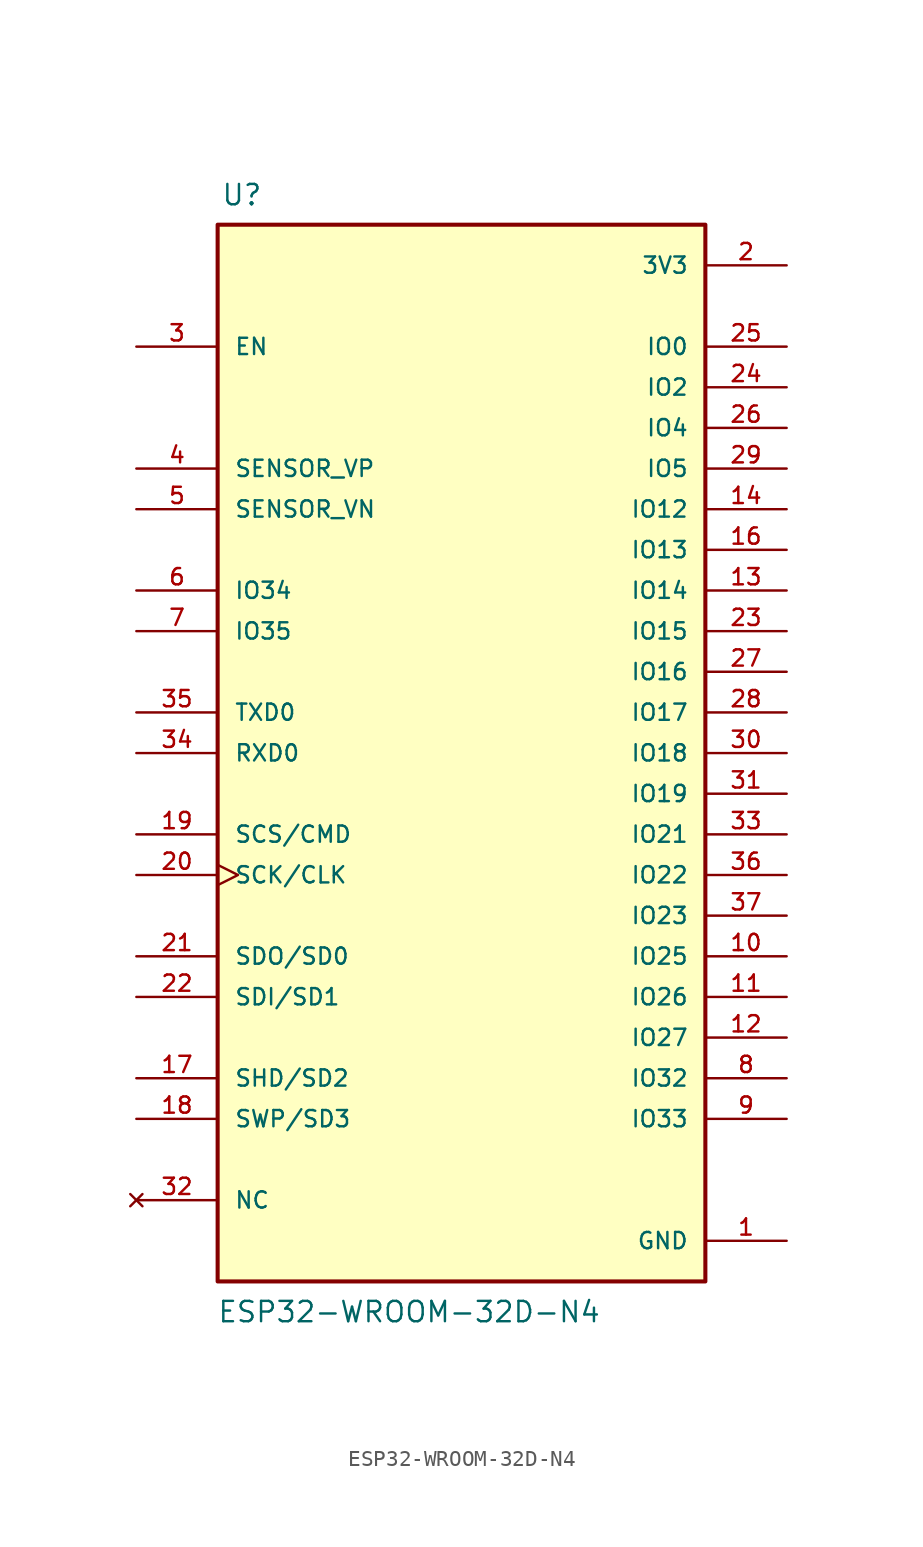
<source format=kicad_sym>
(kicad_symbol_lib
  (version 20211014)
  (generator kicad_symbol_editor)
  (symbol "ESP32-WROOM-32D-N4"
    (pin_names
      (offset 1.016))
    (property "Reference" "U"
      (at -15.036 34.135 0)
      (effects (font (size 1.27 1.27)) (justify bottom left)))
    (property "Value" "ESP32-WROOM-32D-N4"
      (at -15.287 -35.668 0)
      (effects (font (size 1.27 1.27)) (justify bottom left)))
    (symbol "ESP32-WROOM-32D-N4_0_0"
      (rectangle (start -15.24 -33.02) (end 15.24 33.02) (stroke (width 0.254)) (fill (type background)))
      (pin power_in line (at 20.32 -30.48 180.0) (length 5.08) (name "GND" (effects (font (size 1.016 1.016)))) (number "1" (effects (font (size 1.016 1.016)))))
      (pin power_in line (at 20.32 -30.48 180.0) (length 5.08) hide (name "GND" (effects (font (size 1.016 1.016)))) (number "15" (effects (font (size 1.016 1.016)))))
      (pin power_in line (at 20.32 -30.48 180.0) (length 5.08) hide (name "GND" (effects (font (size 1.016 1.016)))) (number "38" (effects (font (size 1.016 1.016)))))
      (pin power_in line (at 20.32 -30.48 180.0) (length 5.08) hide (name "GND" (effects (font (size 1.016 1.016)))) (number "39_1" (effects (font (size 1.016 1.016)))))
      (pin power_in line (at 20.32 -30.48 180.0) (length 5.08) hide (name "GND" (effects (font (size 1.016 1.016)))) (number "39_2" (effects (font (size 1.016 1.016)))))
      (pin power_in line (at 20.32 -30.48 180.0) (length 5.08) hide (name "GND" (effects (font (size 1.016 1.016)))) (number "39_3" (effects (font (size 1.016 1.016)))))
      (pin power_in line (at 20.32 -30.48 180.0) (length 5.08) hide (name "GND" (effects (font (size 1.016 1.016)))) (number "39_4" (effects (font (size 1.016 1.016)))))
      (pin power_in line (at 20.32 -30.48 180.0) (length 5.08) hide (name "GND" (effects (font (size 1.016 1.016)))) (number "39_5" (effects (font (size 1.016 1.016)))))
      (pin power_in line (at 20.32 -30.48 180.0) (length 5.08) hide (name "GND" (effects (font (size 1.016 1.016)))) (number "39_6" (effects (font (size 1.016 1.016)))))
      (pin power_in line (at 20.32 -30.48 180.0) (length 5.08) hide (name "GND" (effects (font (size 1.016 1.016)))) (number "39_7" (effects (font (size 1.016 1.016)))))
      (pin power_in line (at 20.32 -30.48 180.0) (length 5.08) hide (name "GND" (effects (font (size 1.016 1.016)))) (number "39_8" (effects (font (size 1.016 1.016)))))
      (pin power_in line (at 20.32 -30.48 180.0) (length 5.08) hide (name "GND" (effects (font (size 1.016 1.016)))) (number "39_9" (effects (font (size 1.016 1.016)))))
      (pin power_in line (at 20.32 -30.48 180.0) (length 5.08) hide (name "GND" (effects (font (size 1.016 1.016)))) (number "39_10" (effects (font (size 1.016 1.016)))))
      (pin power_in line (at 20.32 -30.48 180.0) (length 5.08) hide (name "GND" (effects (font (size 1.016 1.016)))) (number "39_11" (effects (font (size 1.016 1.016)))))
      (pin power_in line (at 20.32 -30.48 180.0) (length 5.08) hide (name "GND" (effects (font (size 1.016 1.016)))) (number "39_12" (effects (font (size 1.016 1.016)))))
      (pin power_in line (at 20.32 -30.48 180.0) (length 5.08) hide (name "GND" (effects (font (size 1.016 1.016)))) (number "39_13" (effects (font (size 1.016 1.016)))))
      (pin power_in line (at 20.32 -30.48 180.0) (length 5.08) hide (name "GND" (effects (font (size 1.016 1.016)))) (number "39_14" (effects (font (size 1.016 1.016)))))
      (pin power_in line (at 20.32 -30.48 180.0) (length 5.08) hide (name "GND" (effects (font (size 1.016 1.016)))) (number "39_15" (effects (font (size 1.016 1.016)))))
      (pin power_in line (at 20.32 -30.48 180.0) (length 5.08) hide (name "GND" (effects (font (size 1.016 1.016)))) (number "39_16" (effects (font (size 1.016 1.016)))))
      (pin power_in line (at 20.32 -30.48 180.0) (length 5.08) hide (name "GND" (effects (font (size 1.016 1.016)))) (number "39_17" (effects (font (size 1.016 1.016)))))
      (pin power_in line (at 20.32 -30.48 180.0) (length 5.08) hide (name "GND" (effects (font (size 1.016 1.016)))) (number "39_18" (effects (font (size 1.016 1.016)))))
      (pin power_in line (at 20.32 -30.48 180.0) (length 5.08) hide (name "GND" (effects (font (size 1.016 1.016)))) (number "39_19" (effects (font (size 1.016 1.016)))))
      (pin power_in line (at 20.32 -30.48 180.0) (length 5.08) hide (name "GND" (effects (font (size 1.016 1.016)))) (number "39_20" (effects (font (size 1.016 1.016)))))
      (pin power_in line (at 20.32 -30.48 180.0) (length 5.08) hide (name "GND" (effects (font (size 1.016 1.016)))) (number "39_21" (effects (font (size 1.016 1.016)))))
      (pin power_in line (at 20.32 30.48 180.0) (length 5.08) (name "3V3" (effects (font (size 1.016 1.016)))) (number "2" (effects (font (size 1.016 1.016)))))
      (pin input line (at -20.32 25.4 0) (length 5.08) (name "EN" (effects (font (size 1.016 1.016)))) (number "3" (effects (font (size 1.016 1.016)))))
      (pin input line (at -20.32 17.78 0) (length 5.08) (name "SENSOR_VP" (effects (font (size 1.016 1.016)))) (number "4" (effects (font (size 1.016 1.016)))))
      (pin input line (at -20.32 15.24 0) (length 5.08) (name "SENSOR_VN" (effects (font (size 1.016 1.016)))) (number "5" (effects (font (size 1.016 1.016)))))
      (pin input line (at -20.32 10.16 0) (length 5.08) (name "IO34" (effects (font (size 1.016 1.016)))) (number "6" (effects (font (size 1.016 1.016)))))
      (pin input line (at -20.32 7.62 0) (length 5.08) (name "IO35" (effects (font (size 1.016 1.016)))) (number "7" (effects (font (size 1.016 1.016)))))
      (pin bidirectional line (at 20.32 -22.86 180.0) (length 5.08) (name "IO33" (effects (font (size 1.016 1.016)))) (number "9" (effects (font (size 1.016 1.016)))))
      (pin bidirectional line (at 20.32 -20.32 180.0) (length 5.08) (name "IO32" (effects (font (size 1.016 1.016)))) (number "8" (effects (font (size 1.016 1.016)))))
      (pin bidirectional line (at 20.32 -12.7 180.0) (length 5.08) (name "IO25" (effects (font (size 1.016 1.016)))) (number "10" (effects (font (size 1.016 1.016)))))
      (pin bidirectional line (at 20.32 -15.24 180.0) (length 5.08) (name "IO26" (effects (font (size 1.016 1.016)))) (number "11" (effects (font (size 1.016 1.016)))))
      (pin bidirectional line (at 20.32 -17.78 180.0) (length 5.08) (name "IO27" (effects (font (size 1.016 1.016)))) (number "12" (effects (font (size 1.016 1.016)))))
      (pin bidirectional line (at 20.32 10.16 180.0) (length 5.08) (name "IO14" (effects (font (size 1.016 1.016)))) (number "13" (effects (font (size 1.016 1.016)))))
      (pin bidirectional line (at 20.32 15.24 180.0) (length 5.08) (name "IO12" (effects (font (size 1.016 1.016)))) (number "14" (effects (font (size 1.016 1.016)))))
      (pin bidirectional line (at 20.32 12.7 180.0) (length 5.08) (name "IO13" (effects (font (size 1.016 1.016)))) (number "16" (effects (font (size 1.016 1.016)))))
      (pin bidirectional line (at 20.32 7.62 180.0) (length 5.08) (name "IO15" (effects (font (size 1.016 1.016)))) (number "23" (effects (font (size 1.016 1.016)))))
      (pin bidirectional line (at 20.32 22.86 180.0) (length 5.08) (name "IO2" (effects (font (size 1.016 1.016)))) (number "24" (effects (font (size 1.016 1.016)))))
      (pin bidirectional line (at 20.32 25.4 180.0) (length 5.08) (name "IO0" (effects (font (size 1.016 1.016)))) (number "25" (effects (font (size 1.016 1.016)))))
      (pin bidirectional line (at 20.32 20.32 180.0) (length 5.08) (name "IO4" (effects (font (size 1.016 1.016)))) (number "26" (effects (font (size 1.016 1.016)))))
      (pin bidirectional line (at 20.32 5.08 180.0) (length 5.08) (name "IO16" (effects (font (size 1.016 1.016)))) (number "27" (effects (font (size 1.016 1.016)))))
      (pin bidirectional line (at 20.32 2.54 180.0) (length 5.08) (name "IO17" (effects (font (size 1.016 1.016)))) (number "28" (effects (font (size 1.016 1.016)))))
      (pin bidirectional line (at 20.32 17.78 180.0) (length 5.08) (name "IO5" (effects (font (size 1.016 1.016)))) (number "29" (effects (font (size 1.016 1.016)))))
      (pin bidirectional line (at 20.32 0.0 180.0) (length 5.08) (name "IO18" (effects (font (size 1.016 1.016)))) (number "30" (effects (font (size 1.016 1.016)))))
      (pin bidirectional line (at 20.32 -2.54 180.0) (length 5.08) (name "IO19" (effects (font (size 1.016 1.016)))) (number "31" (effects (font (size 1.016 1.016)))))
      (pin bidirectional line (at 20.32 -5.08 180.0) (length 5.08) (name "IO21" (effects (font (size 1.016 1.016)))) (number "33" (effects (font (size 1.016 1.016)))))
      (pin bidirectional line (at 20.32 -7.62 180.0) (length 5.08) (name "IO22" (effects (font (size 1.016 1.016)))) (number "36" (effects (font (size 1.016 1.016)))))
      (pin bidirectional line (at 20.32 -10.16 180.0) (length 5.08) (name "IO23" (effects (font (size 1.016 1.016)))) (number "37" (effects (font (size 1.016 1.016)))))
      (pin bidirectional line (at -20.32 0.0 0) (length 5.08) (name "RXD0" (effects (font (size 1.016 1.016)))) (number "34" (effects (font (size 1.016 1.016)))))
      (pin bidirectional line (at -20.32 2.54 0) (length 5.08) (name "TXD0" (effects (font (size 1.016 1.016)))) (number "35" (effects (font (size 1.016 1.016)))))
      (pin bidirectional line (at -20.32 -20.32 0) (length 5.08) (name "SHD/SD2" (effects (font (size 1.016 1.016)))) (number "17" (effects (font (size 1.016 1.016)))))
      (pin bidirectional line (at -20.32 -22.86 0) (length 5.08) (name "SWP/SD3" (effects (font (size 1.016 1.016)))) (number "18" (effects (font (size 1.016 1.016)))))
      (pin bidirectional line (at -20.32 -5.08 0) (length 5.08) (name "SCS/CMD" (effects (font (size 1.016 1.016)))) (number "19" (effects (font (size 1.016 1.016)))))
      (pin bidirectional clock (at -20.32 -7.62 0) (length 5.08) (name "SCK/CLK" (effects (font (size 1.016 1.016)))) (number "20" (effects (font (size 1.016 1.016)))))
      (pin bidirectional line (at -20.32 -12.7 0) (length 5.08) (name "SDO/SD0" (effects (font (size 1.016 1.016)))) (number "21" (effects (font (size 1.016 1.016)))))
      (pin bidirectional line (at -20.32 -15.24 0) (length 5.08) (name "SDI/SD1" (effects (font (size 1.016 1.016)))) (number "22" (effects (font (size 1.016 1.016)))))
      (pin no_connect line (at -20.32 -27.94 0) (length 5.08) (name "NC" (effects (font (size 1.016 1.016)))) (number "32" (effects (font (size 1.016 1.016))))))))
</source>
